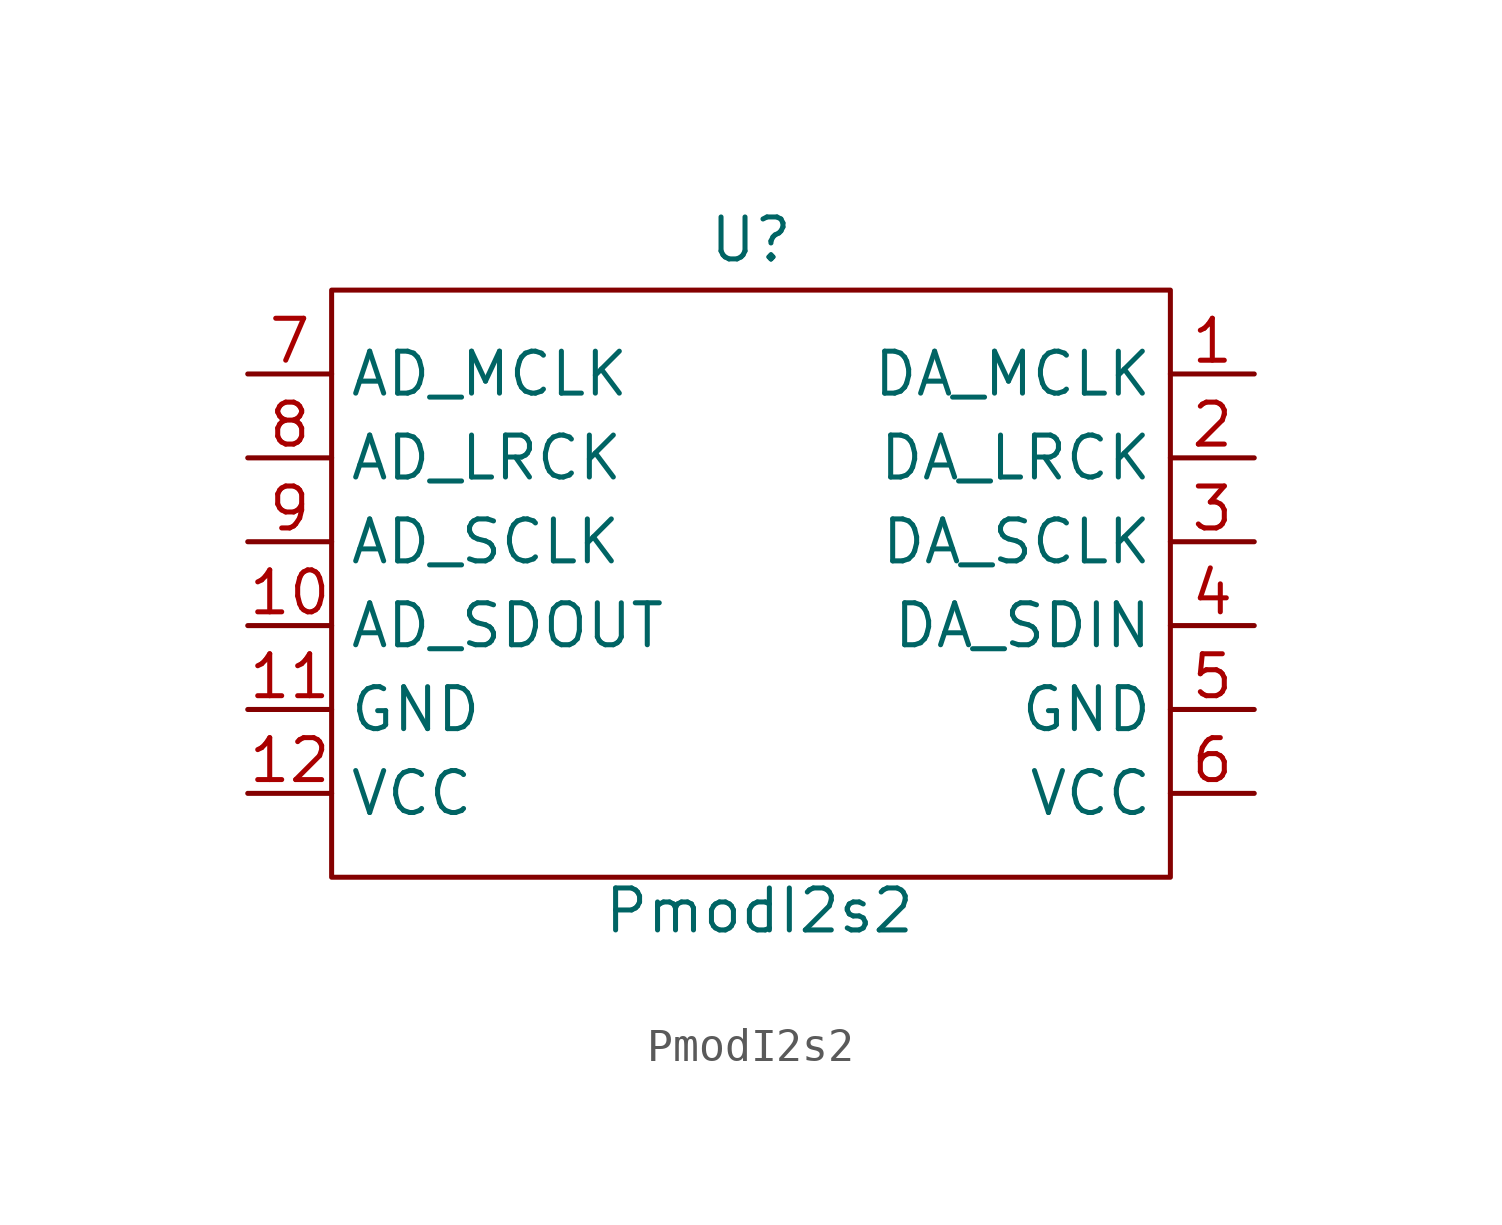
<source format=kicad_sym>
(kicad_symbol_lib
  (version 20211014)
  (generator kicad_symbol_editor)
  (symbol "PmodI2s2"
    (property "Reference" "U"
      (at 0 11.684 0)
      (effects (font (size 1.27 1.27))))
    (property "Value" "PmodI2s2"
      (at 0.254 -8.636 0)
      (effects (font (size 1.27 1.27))))
    (symbol "PmodI2s2_0_1"
      (rectangle (start -12.7 10.16) (end 12.7 -7.62) (stroke (width 0.152) (type default) (color 0 0 0 0)) (fill (type none))))
    (symbol "PmodI2s2_1_1"
      (pin output line (at 15.24 7.62 180) (length 2.54) (name "DA_MCLK" (effects (font (size 1.27 1.27)))) (number "1" (effects (font (size 1.27 1.27)))))
      (pin output line (at -15.24 0 0) (length 2.54) (name "AD_SDOUT" (effects (font (size 1.27 1.27)))) (number "10" (effects (font (size 1.27 1.27)))))
      (pin power_out line (at -15.24 -2.54 0) (length 2.54) (name "GND" (effects (font (size 1.27 1.27)))) (number "11" (effects (font (size 1.27 1.27)))))
      (pin power_in line (at -15.24 -5.08 0) (length 2.54) (name "VCC" (effects (font (size 1.27 1.27)))) (number "12" (effects (font (size 1.27 1.27)))))
      (pin output line (at 15.24 5.08 180) (length 2.54) (name "DA_LRCK" (effects (font (size 1.27 1.27)))) (number "2" (effects (font (size 1.27 1.27)))))
      (pin output line (at 15.24 2.54 180) (length 2.54) (name "DA_SCLK" (effects (font (size 1.27 1.27)))) (number "3" (effects (font (size 1.27 1.27)))))
      (pin output line (at 15.24 0 180) (length 2.54) (name "DA_SDIN" (effects (font (size 1.27 1.27)))) (number "4" (effects (font (size 1.27 1.27)))))
      (pin power_out line (at 15.24 -2.54 180) (length 2.54) (name "GND" (effects (font (size 1.27 1.27)))) (number "5" (effects (font (size 1.27 1.27)))))
      (pin power_in line (at 15.24 -5.08 180) (length 2.54) (name "VCC" (effects (font (size 1.27 1.27)))) (number "6" (effects (font (size 1.27 1.27)))))
      (pin output line (at -15.24 7.62 0) (length 2.54) (name "AD_MCLK" (effects (font (size 1.27 1.27)))) (number "7" (effects (font (size 1.27 1.27)))))
      (pin output line (at -15.24 5.08 0) (length 2.54) (name "AD_LRCK" (effects (font (size 1.27 1.27)))) (number "8" (effects (font (size 1.27 1.27)))))
      (pin output line (at -15.24 2.54 0) (length 2.54) (name "AD_SCLK" (effects (font (size 1.27 1.27)))) (number "9" (effects (font (size 1.27 1.27))))))))
</source>
